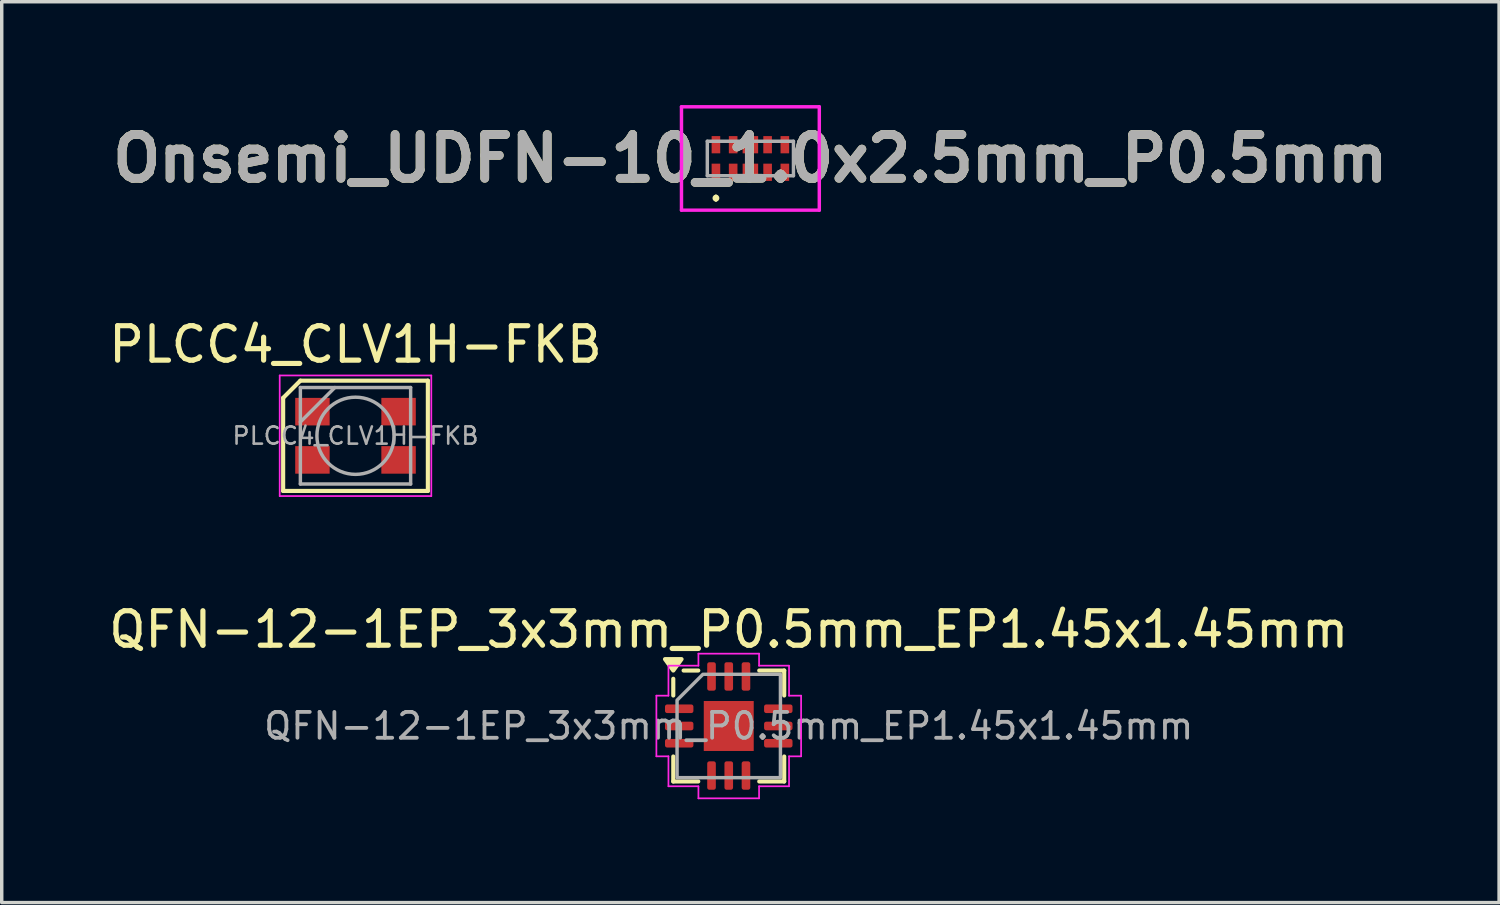
<source format=kicad_pcb>
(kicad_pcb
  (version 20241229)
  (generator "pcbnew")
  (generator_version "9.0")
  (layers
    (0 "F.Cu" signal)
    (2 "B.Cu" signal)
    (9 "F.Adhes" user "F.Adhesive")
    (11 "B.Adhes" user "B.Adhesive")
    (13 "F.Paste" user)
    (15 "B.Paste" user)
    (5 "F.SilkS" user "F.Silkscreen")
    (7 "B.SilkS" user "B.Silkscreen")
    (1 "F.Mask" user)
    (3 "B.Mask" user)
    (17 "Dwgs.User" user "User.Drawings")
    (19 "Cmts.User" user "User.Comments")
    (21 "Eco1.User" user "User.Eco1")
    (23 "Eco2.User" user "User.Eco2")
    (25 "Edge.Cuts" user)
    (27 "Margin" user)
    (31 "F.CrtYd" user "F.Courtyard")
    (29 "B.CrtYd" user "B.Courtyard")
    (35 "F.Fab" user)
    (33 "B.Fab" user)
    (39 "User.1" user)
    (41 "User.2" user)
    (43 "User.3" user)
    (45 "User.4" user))
  (footprint "PLCC4_CLV1H-FKB"
    (layer "F.Cu")
    (at 7.268 9.598)
    (property "Reference" "PLCC4_CLV1H-FKB" (at 0 -2.65 0) (layer "F.SilkS") (effects (font (size 1 1) (thickness 0.15))))
    (attr smd)
    (fp_line (start -2.1 -1.1) (end -1.6 -1.6) (stroke (width 0.12) (type default)) (layer "F.SilkS"))
    (fp_line (start -2.1 1.6) (end -2.1 -1.1) (stroke (width 0.12) (type solid)) (layer "F.SilkS"))
    (fp_line (start -2.1 1.6) (end 2.1 1.6) (stroke (width 0.12) (type solid)) (layer "F.SilkS"))
    (fp_line (start -1.6 -1.6) (end 2.1 -1.6) (stroke (width 0.12) (type solid)) (layer "F.SilkS"))
    (fp_line (start 2.1 1.6) (end 2.1 -1.6) (stroke (width 0.12) (type solid)) (layer "F.SilkS"))
    (fp_line (start -2.2 -1.75) (end -2.2 1.75) (stroke (width 0.05) (type solid)) (layer "F.CrtYd"))
    (fp_line (start -2.2 1.75) (end 2.2 1.75) (stroke (width 0.05) (type solid)) (layer "F.CrtYd"))
    (fp_line (start 2.2 -1.75) (end -2.2 -1.75) (stroke (width 0.05) (type solid)) (layer "F.CrtYd"))
    (fp_line (start 2.2 1.75) (end 2.2 -1.75) (stroke (width 0.05) (type solid)) (layer "F.CrtYd"))
    (fp_line (start -1.6 -1.4) (end -1.6 1.4) (stroke (width 0.1) (type solid)) (layer "F.Fab"))
    (fp_line (start -1.6 1.4) (end 1.6 1.4) (stroke (width 0.1) (type solid)) (layer "F.Fab"))
    (fp_line (start -0.6 -1.4) (end -1.6 -0.4) (stroke (width 0.1) (type solid)) (layer "F.Fab"))
    (fp_line (start 1.6 -1.4) (end -1.6 -1.4) (stroke (width 0.1) (type solid)) (layer "F.Fab"))
    (fp_line (start 1.6 1.4) (end 1.6 -1.4) (stroke (width 0.1) (type solid)) (layer "F.Fab"))
    (fp_circle (center 0 0) (end 1.12 0) (stroke (width 0.1) (type solid)) (fill no) (layer "F.Fab"))
    (fp_text user "${REFERENCE}" (at 0 0 0) (layer "F.Fab") (effects (font (size 0.5 0.5) (thickness 0.075))))
    (pad "1" smd rect (at -1.25 -0.7) (size 1 0.8) (layers "F.Cu" "F.Mask" "F.Paste"))
    (pad "2" smd rect (at -1.25 0.7) (size 1 0.8) (layers "F.Cu" "F.Mask" "F.Paste"))
    (pad "3" smd rect (at 1.25 0.7) (size 1 0.8) (layers "F.Cu" "F.Mask" "F.Paste"))
    (pad "4" smd rect (at 1.25 -0.7) (size 1 0.8) (layers "F.Cu" "F.Mask" "F.Paste")))
  (footprint "Onsemi_UDFN-10_1.0x2.5mm_P0.5mm"
    (layer "F.Cu")
    (at 18.729 1.55)
    (property "Reference" "Onsemi_UDFN-10_1.0x2.5mm_P0.5mm" (at 0 0 0) (layer "F.SilkS") (effects (font (size 1.27 1.27) (thickness 0.254))))
    (attr smd)
    (fp_line (start -1 1.1) (end -1 1.1) (stroke (width 0.1) (type solid)) (layer "F.SilkS"))
    (fp_line (start -1 1.2) (end -1 1.2) (stroke (width 0.1) (type solid)) (layer "F.SilkS"))
    (fp_arc (start -1 1.1) (mid -0.95 1.15) (end -1 1.2) (stroke (width 0.1) (type solid)) (layer "F.SilkS"))
    (fp_arc (start -1 1.2) (mid -1.05 1.15) (end -1 1.1) (stroke (width 0.1) (type solid)) (layer "F.SilkS"))
    (fp_line (start -2 -1.5) (end 2 -1.5) (stroke (width 0.1) (type solid)) (layer "F.CrtYd"))
    (fp_line (start -2 1.5) (end -2 -1.5) (stroke (width 0.1) (type solid)) (layer "F.CrtYd"))
    (fp_line (start 2 -1.5) (end 2 1.5) (stroke (width 0.1) (type solid)) (layer "F.CrtYd"))
    (fp_line (start 2 1.5) (end -2 1.5) (stroke (width 0.1) (type solid)) (layer "F.CrtYd"))
    (fp_line (start -1.25 -0.5) (end 1.25 -0.5) (stroke (width 0.1) (type solid)) (layer "F.Fab"))
    (fp_line (start -1.25 0.5) (end -1.25 -0.5) (stroke (width 0.1) (type solid)) (layer "F.Fab"))
    (fp_line (start 1.25 -0.5) (end 1.25 0.5) (stroke (width 0.1) (type solid)) (layer "F.Fab"))
    (fp_line (start 1.25 0.5) (end -1.25 0.5) (stroke (width 0.1) (type solid)) (layer "F.Fab"))
    (fp_text user "${REFERENCE}" (at 0 0 0) (layer "F.Fab") (effects (font (size 1.27 1.27) (thickness 0.254))))
    (pad "1" smd rect (at -1 0.4) (size 0.25 0.5) (layers "F.Cu" "F.Mask" "F.Paste"))
    (pad "2" smd rect (at -0.5 0.4) (size 0.25 0.5) (layers "F.Cu" "F.Mask" "F.Paste"))
    (pad "3" smd rect (at 0 0.4) (size 0.45 0.5) (layers "F.Cu" "F.Mask" "F.Paste"))
    (pad "4" smd rect (at 0.5 0.4) (size 0.25 0.5) (layers "F.Cu" "F.Mask" "F.Paste"))
    (pad "5" smd rect (at 1 0.4) (size 0.25 0.5) (layers "F.Cu" "F.Mask" "F.Paste"))
    (pad "6" smd rect (at 1 -0.4) (size 0.25 0.5) (layers "F.Cu" "F.Mask" "F.Paste"))
    (pad "7" smd rect (at 0.5 -0.4) (size 0.25 0.5) (layers "F.Cu" "F.Mask" "F.Paste"))
    (pad "8" smd rect (at 0 -0.4) (size 0.45 0.5) (layers "F.Cu" "F.Mask" "F.Paste"))
    (pad "9" smd rect (at -0.5 -0.4) (size 0.25 0.5) (layers "F.Cu" "F.Mask" "F.Paste"))
    (pad "10" smd rect (at -1 -0.4) (size 0.25 0.5) (layers "F.Cu" "F.Mask" "F.Paste")))
  (footprint "QFN-12-1EP_3x3mm_P0.5mm_EP1.45x1.45mm"
    (layer "F.Cu")
    (at 18.101 18.021)
    (property "Reference" "QFN-12-1EP_3x3mm_P0.5mm_EP1.45x1.45mm" (at 0 -2.8 0) (layer "F.SilkS") (effects (font (size 1 1) (thickness 0.15))))
    (attr smd)
    (fp_line (start -1.61 -0.885) (end -1.61 -1.37) (stroke (width 0.12) (type solid)) (layer "F.SilkS"))
    (fp_line (start -1.61 1.61) (end -1.61 0.885) (stroke (width 0.12) (type solid)) (layer "F.SilkS"))
    (fp_line (start -0.885 -1.61) (end -1.31 -1.61) (stroke (width 0.12) (type solid)) (layer "F.SilkS"))
    (fp_line (start -0.885 1.61) (end -1.61 1.61) (stroke (width 0.12) (type solid)) (layer "F.SilkS"))
    (fp_line (start 0.885 -1.61) (end 1.61 -1.61) (stroke (width 0.12) (type solid)) (layer "F.SilkS"))
    (fp_line (start 0.885 1.61) (end 1.61 1.61) (stroke (width 0.12) (type solid)) (layer "F.SilkS"))
    (fp_line (start 1.61 -1.61) (end 1.61 -0.885) (stroke (width 0.12) (type solid)) (layer "F.SilkS"))
    (fp_line (start 1.61 1.61) (end 1.61 0.885) (stroke (width 0.12) (type solid)) (layer "F.SilkS"))
    (fp_poly (pts (xy -1.61 -1.61) (xy -1.85 -1.94) (xy -1.37 -1.94)) (stroke (width 0.12) (type solid)) (fill yes) (layer "F.SilkS"))
    (fp_line (start -2.1 -0.88) (end -1.75 -0.88) (stroke (width 0.05) (type solid)) (layer "F.CrtYd"))
    (fp_line (start -2.1 0.88) (end -2.1 -0.88) (stroke (width 0.05) (type solid)) (layer "F.CrtYd"))
    (fp_line (start -1.75 -1.75) (end -0.88 -1.75) (stroke (width 0.05) (type solid)) (layer "F.CrtYd"))
    (fp_line (start -1.75 -0.88) (end -1.75 -1.75) (stroke (width 0.05) (type solid)) (layer "F.CrtYd"))
    (fp_line (start -1.75 0.88) (end -2.1 0.88) (stroke (width 0.05) (type solid)) (layer "F.CrtYd"))
    (fp_line (start -1.75 1.75) (end -1.75 0.88) (stroke (width 0.05) (type solid)) (layer "F.CrtYd"))
    (fp_line (start -0.88 -2.1) (end 0.88 -2.1) (stroke (width 0.05) (type solid)) (layer "F.CrtYd"))
    (fp_line (start -0.88 -1.75) (end -0.88 -2.1) (stroke (width 0.05) (type solid)) (layer "F.CrtYd"))
    (fp_line (start -0.88 1.75) (end -1.75 1.75) (stroke (width 0.05) (type solid)) (layer "F.CrtYd"))
    (fp_line (start -0.88 2.1) (end -0.88 1.75) (stroke (width 0.05) (type solid)) (layer "F.CrtYd"))
    (fp_line (start 0.88 -2.1) (end 0.88 -1.75) (stroke (width 0.05) (type solid)) (layer "F.CrtYd"))
    (fp_line (start 0.88 -1.75) (end 1.75 -1.75) (stroke (width 0.05) (type solid)) (layer "F.CrtYd"))
    (fp_line (start 0.88 1.75) (end 0.88 2.1) (stroke (width 0.05) (type solid)) (layer "F.CrtYd"))
    (fp_line (start 0.88 2.1) (end -0.88 2.1) (stroke (width 0.05) (type solid)) (layer "F.CrtYd"))
    (fp_line (start 1.75 -1.75) (end 1.75 -0.88) (stroke (width 0.05) (type solid)) (layer "F.CrtYd"))
    (fp_line (start 1.75 -0.88) (end 2.1 -0.88) (stroke (width 0.05) (type solid)) (layer "F.CrtYd"))
    (fp_line (start 1.75 0.88) (end 1.75 1.75) (stroke (width 0.05) (type solid)) (layer "F.CrtYd"))
    (fp_line (start 1.75 1.75) (end 0.88 1.75) (stroke (width 0.05) (type solid)) (layer "F.CrtYd"))
    (fp_line (start 2.1 -0.88) (end 2.1 0.88) (stroke (width 0.05) (type solid)) (layer "F.CrtYd"))
    (fp_line (start 2.1 0.88) (end 1.75 0.88) (stroke (width 0.05) (type solid)) (layer "F.CrtYd"))
    (fp_poly (pts (xy -1.5 -0.75) (xy -1.5 1.5) (xy 1.5 1.5) (xy 1.5 -1.5) (xy -0.75 -1.5)) (stroke (width 0.1) (type solid)) (fill no) (layer "F.Fab"))
    (fp_text user "${REFERENCE}" (at 0 0 0) (layer "F.Fab") (effects (font (size 0.75 0.75) (thickness 0.11))))
    (pad "" smd roundrect (at 0 -0.36) (size 1.17 0.58) (layers "F.Paste") (roundrect_rratio 0.25))
    (pad "" smd roundrect (at 0 0.36) (size 1.17 0.58) (layers "F.Paste") (roundrect_rratio 0.25))
    (pad "1" smd roundrect (at -1.438 -0.5) (size 0.825 0.25) (layers "F.Cu" "F.Mask" "F.Paste") (roundrect_rratio 0.25))
    (pad "2" smd roundrect (at -1.438 0) (size 0.825 0.25) (layers "F.Cu" "F.Mask" "F.Paste") (roundrect_rratio 0.25))
    (pad "3" smd roundrect (at -1.438 0.5) (size 0.825 0.25) (layers "F.Cu" "F.Mask" "F.Paste") (roundrect_rratio 0.25))
    (pad "4" smd roundrect (at -0.5 1.438) (size 0.25 0.825) (layers "F.Cu" "F.Mask" "F.Paste") (roundrect_rratio 0.25))
    (pad "5" smd roundrect (at 0 1.438) (size 0.25 0.825) (layers "F.Cu" "F.Mask" "F.Paste") (roundrect_rratio 0.25))
    (pad "6" smd roundrect (at 0.5 1.438) (size 0.25 0.825) (layers "F.Cu" "F.Mask" "F.Paste") (roundrect_rratio 0.25))
    (pad "7" smd roundrect (at 1.438 0.5) (size 0.825 0.25) (layers "F.Cu" "F.Mask" "F.Paste") (roundrect_rratio 0.25))
    (pad "8" smd roundrect (at 1.438 0) (size 0.825 0.25) (layers "F.Cu" "F.Mask" "F.Paste") (roundrect_rratio 0.25))
    (pad "9" smd roundrect (at 1.438 -0.5) (size 0.825 0.25) (layers "F.Cu" "F.Mask" "F.Paste") (roundrect_rratio 0.25))
    (pad "10" smd roundrect (at 0.5 -1.438) (size 0.25 0.825) (layers "F.Cu" "F.Mask" "F.Paste") (roundrect_rratio 0.25))
    (pad "11" smd roundrect (at 0 -1.438) (size 0.25 0.825) (layers "F.Cu" "F.Mask" "F.Paste") (roundrect_rratio 0.25))
    (pad "12" smd roundrect (at -0.5 -1.438) (size 0.25 0.825) (layers "F.Cu" "F.Mask" "F.Paste") (roundrect_rratio 0.25))
    (pad "13" smd rect (at 0 0) (size 1.45 1.45) (property pad_prop_heatsink) (layers "F.Cu" "F.Mask")))
  (gr_rect
    (start -3 -3)
    (end 40.459 23.146)
    (stroke (width 0.1) (type default))
    (fill no)
    (layer "Edge.Cuts")))
</source>
